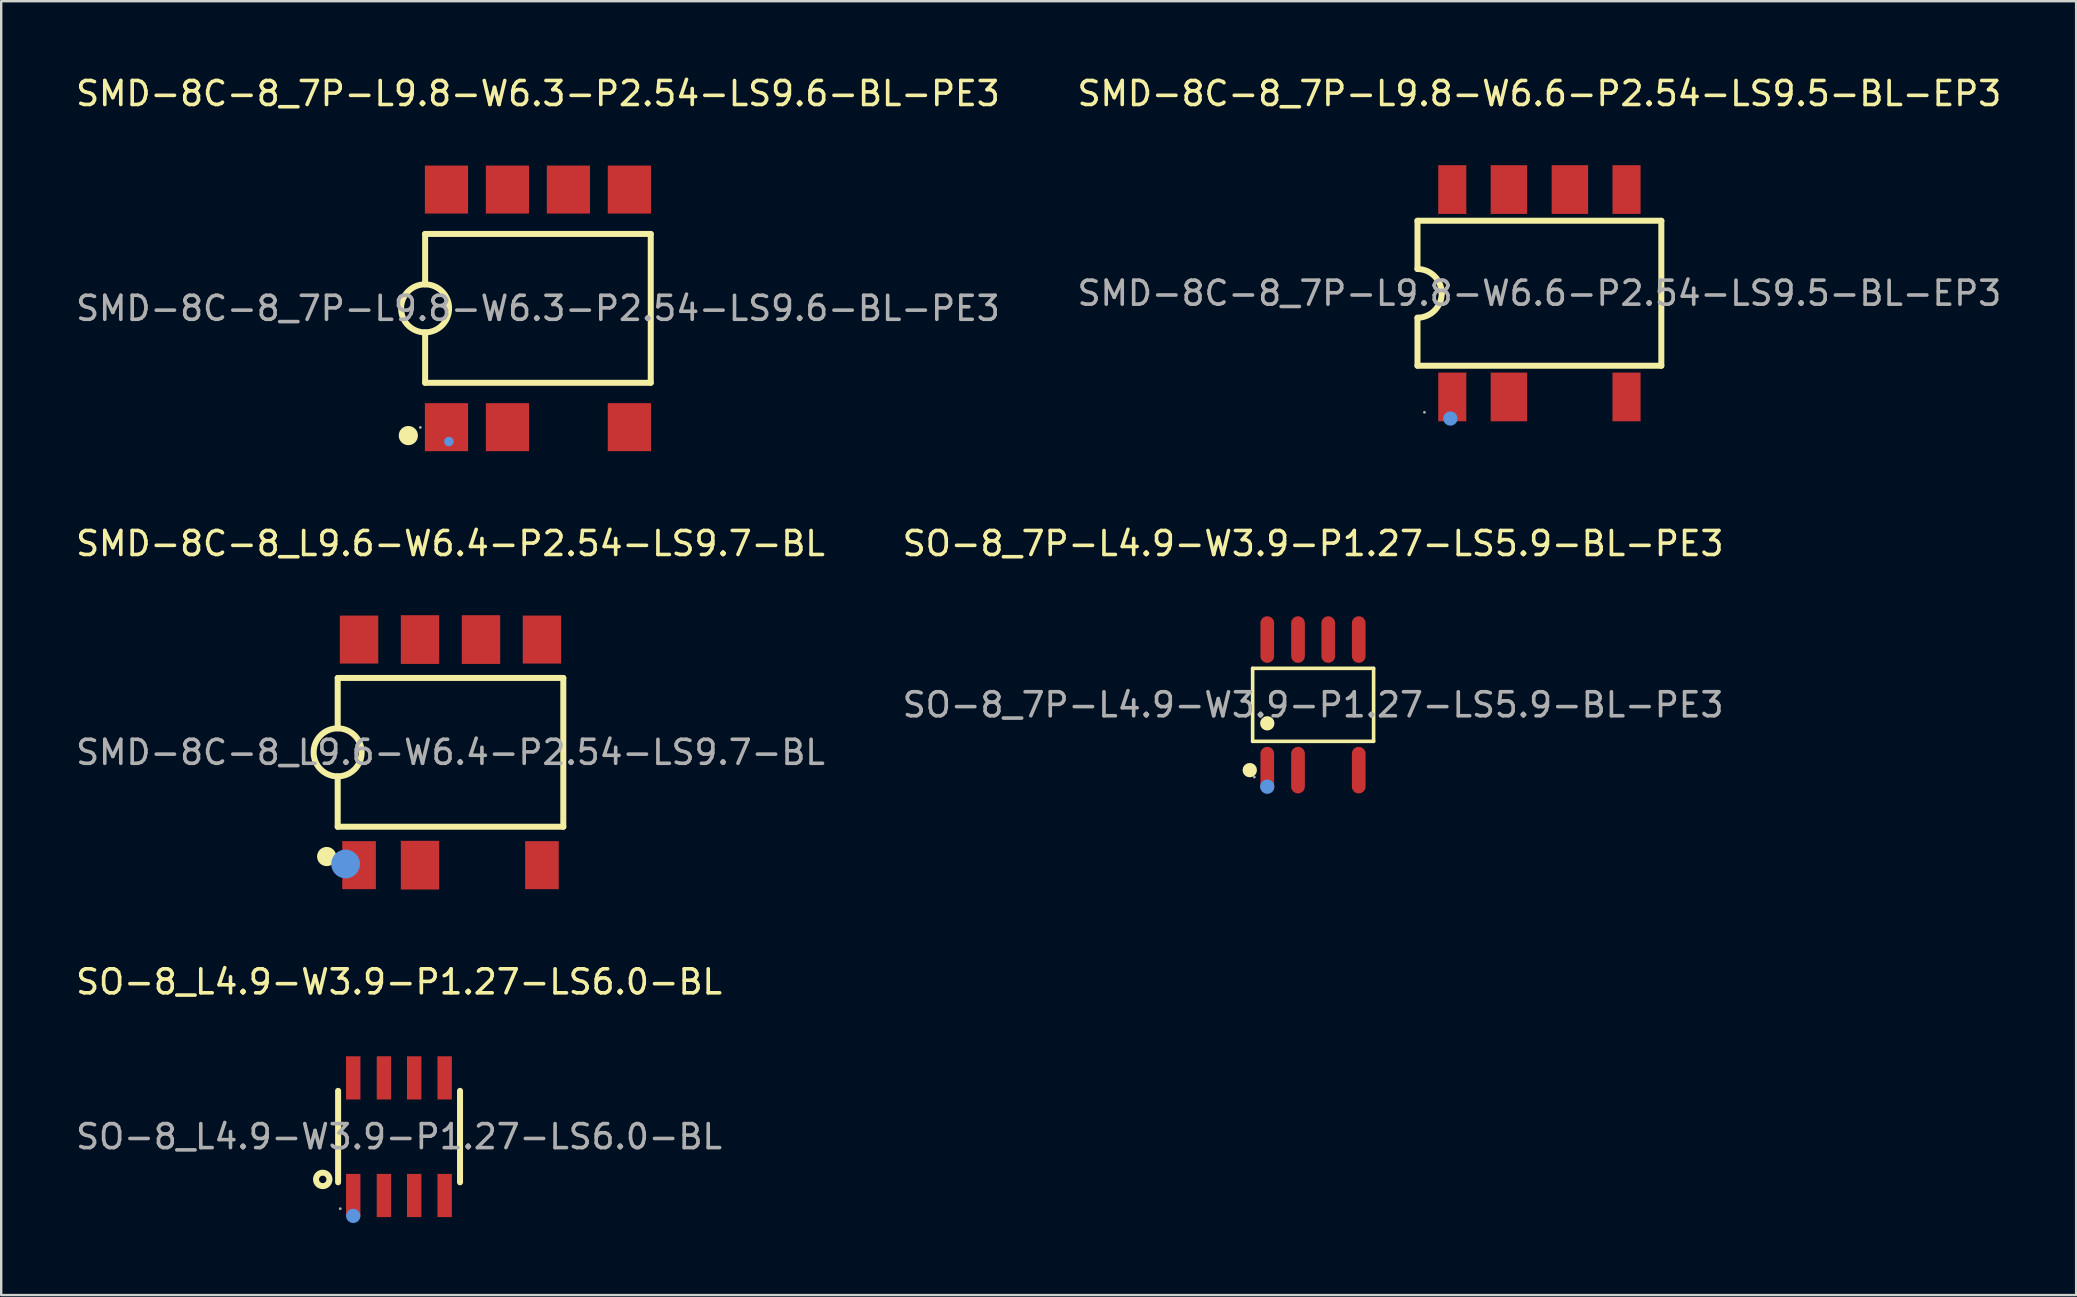
<source format=kicad_pcb>
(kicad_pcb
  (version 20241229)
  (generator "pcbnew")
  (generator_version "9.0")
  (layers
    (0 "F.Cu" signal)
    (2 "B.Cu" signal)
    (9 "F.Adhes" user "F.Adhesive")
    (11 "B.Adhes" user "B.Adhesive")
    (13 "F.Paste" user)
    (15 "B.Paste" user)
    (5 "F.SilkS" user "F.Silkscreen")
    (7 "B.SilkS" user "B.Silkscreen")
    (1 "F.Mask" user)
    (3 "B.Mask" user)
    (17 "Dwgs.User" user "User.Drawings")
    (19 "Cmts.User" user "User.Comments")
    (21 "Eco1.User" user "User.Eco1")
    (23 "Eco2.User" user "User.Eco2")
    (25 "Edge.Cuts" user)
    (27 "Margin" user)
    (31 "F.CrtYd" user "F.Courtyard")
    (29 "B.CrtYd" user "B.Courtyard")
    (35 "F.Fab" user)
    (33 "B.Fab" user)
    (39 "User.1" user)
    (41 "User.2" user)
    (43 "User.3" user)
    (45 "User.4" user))
  (footprint "SMD-8C-8_7P-L9.8-W6.3-P2.54-LS9.6-BL-PE3"
    (layer "F.Cu")
    (at 19.363 9.798)
    (property "Reference" "SMD-8C-8_7P-L9.8-W6.3-P2.54-LS9.6-BL-PE3" (at 0 -8.95 0) (layer "F.SilkS") (effects (font (size 1 1) (thickness 0.15))))
    (attr through_hole)
    (fp_line (start -4.7 -3.1) (end 4.7 -3.1) (stroke (width 0.25) (type solid)) (layer "F.SilkS"))
    (fp_line (start -4.7 -1) (end -4.7 -3.1) (stroke (width 0.25) (type solid)) (layer "F.SilkS"))
    (fp_line (start -4.7 3.1) (end -4.7 1) (stroke (width 0.25) (type solid)) (layer "F.SilkS"))
    (fp_line (start 4.7 -3.1) (end 4.7 3.1) (stroke (width 0.25) (type solid)) (layer "F.SilkS"))
    (fp_line (start 4.7 3.1) (end -4.7 3.1) (stroke (width 0.25) (type solid)) (layer "F.SilkS"))
    (fp_arc (start -5.4 5.3) (mid -5.4 5.3) (end -5.4 5.3) (stroke (width 0.4) (type solid)) (layer "F.SilkS"))
    (fp_arc (start -4.682548 -0.999848) (mid -4.708726 0.999962) (end -4.7 -1) (stroke (width 0.25) (type solid)) (layer "F.SilkS"))
    (fp_circle (center -3.71 5.55) (end -3.61 5.55) (stroke (width 0.2) (type solid)) (fill no) (layer "Cmts.User"))
    (fp_circle (center -4.9 4.96) (end -4.87 4.96) (stroke (width 0.06) (type solid)) (fill no) (layer "F.Fab"))
    (fp_text user "${REFERENCE}" (at 0 0 0) (layer "F.Fab") (effects (font (size 1 1) (thickness 0.15))))
    (pad "1" smd rect (at -3.81 4.95) (size 1.8 2) (layers "F.Cu" "F.Mask" "F.Paste"))
    (pad "2" smd rect (at -1.27 4.95) (size 1.8 2) (layers "F.Cu" "F.Mask" "F.Paste"))
    (pad "4" smd rect (at 3.81 4.95) (size 1.8 2) (layers "F.Cu" "F.Mask" "F.Paste"))
    (pad "5" smd rect (at 3.81 -4.95 180) (size 1.8 2) (layers "F.Cu" "F.Mask" "F.Paste"))
    (pad "6" smd rect (at 1.27 -4.95 180) (size 1.8 2) (layers "F.Cu" "F.Mask" "F.Paste"))
    (pad "7" smd rect (at -1.27 -4.95 180) (size 1.8 2) (layers "F.Cu" "F.Mask" "F.Paste"))
    (pad "8" smd rect (at -3.81 -4.95 180) (size 1.8 2) (layers "F.Cu" "F.Mask" "F.Paste")))
  (footprint "SMD-8C-8_L9.6-W6.4-P2.54-LS9.7-BL"
    (layer "F.Cu")
    (at 15.72 28.297)
    (property "Reference" "SMD-8C-8_L9.6-W6.4-P2.54-LS9.7-BL" (at 0 -8.7 0) (layer "F.SilkS") (effects (font (size 1 1) (thickness 0.15))))
    (attr through_hole)
    (fp_line (start -4.7 -3.1) (end 4.7 -3.1) (stroke (width 0.25) (type solid)) (layer "F.SilkS"))
    (fp_line (start -4.7 -1) (end -4.7 -3.1) (stroke (width 0.25) (type solid)) (layer "F.SilkS"))
    (fp_line (start -4.7 3.1) (end -4.7 1) (stroke (width 0.25) (type solid)) (layer "F.SilkS"))
    (fp_line (start 4.7 -3.1) (end 4.7 3.1) (stroke (width 0.25) (type solid)) (layer "F.SilkS"))
    (fp_line (start 4.7 3.1) (end -4.7 3.1) (stroke (width 0.25) (type solid)) (layer "F.SilkS"))
    (fp_arc (start -5.15 4.14) (mid -5.164988 4.540188) (end -5.160027 4.13975) (stroke (width 0.4) (type solid)) (layer "F.SilkS"))
    (fp_arc (start -4.682548 -0.999848) (mid -4.708726 0.999962) (end -4.7 -1) (stroke (width 0.25) (type solid)) (layer "F.SilkS"))
    (fp_circle (center -4.37 4.65) (end -4.07 4.65) (stroke (width 0.6) (type solid)) (fill no) (layer "Cmts.User"))
    (fp_circle (center -4.79 4.83) (end -4.76 4.83) (stroke (width 0.06) (type solid)) (fill no) (layer "F.Fab"))
    (fp_text user "${REFERENCE}" (at 0 0 0) (layer "F.Fab") (effects (font (size 1 1) (thickness 0.15))))
    (pad "1" smd rect (at -3.81 4.7) (size 1.4 2) (layers "F.Cu" "F.Mask" "F.Paste"))
    (pad "2" smd rect (at -1.27 4.7) (size 1.6 2.03) (layers "F.Cu" "F.Mask" "F.Paste"))
    (pad "4" smd rect (at 3.81 4.7) (size 1.4 2) (layers "F.Cu" "F.Mask" "F.Paste"))
    (pad "5" smd rect (at 3.81 -4.7) (size 1.6 2) (layers "F.Cu" "F.Mask" "F.Paste"))
    (pad "6" smd rect (at 1.27 -4.7) (size 1.6 2.03) (layers "F.Cu" "F.Mask" "F.Paste"))
    (pad "7" smd rect (at -1.27 -4.7) (size 1.6 2.03) (layers "F.Cu" "F.Mask" "F.Paste"))
    (pad "8" smd rect (at -3.81 -4.7) (size 1.6 2) (layers "F.Cu" "F.Mask" "F.Paste")))
  (footprint "SMD-8C-8_7P-L9.8-W6.6-P2.54-LS9.5-BL-EP3"
    (layer "F.Cu")
    (at 61.089 9.168)
    (property "Reference" "SMD-8C-8_7P-L9.8-W6.6-P2.54-LS9.5-BL-EP3" (at 0 -8.32 0) (layer "F.SilkS") (effects (font (size 1 1) (thickness 0.15))))
    (attr through_hole)
    (fp_line (start -5.08 -3.02) (end -5.08 -1.01) (stroke (width 0.25) (type solid)) (layer "F.SilkS"))
    (fp_line (start -5.08 1.02) (end -5.08 3.02) (stroke (width 0.25) (type solid)) (layer "F.SilkS"))
    (fp_line (start -5.08 3.02) (end 5.08 3.02) (stroke (width 0.25) (type solid)) (layer "F.SilkS"))
    (fp_line (start 5.08 -3.02) (end -5.08 -3.02) (stroke (width 0.25) (type solid)) (layer "F.SilkS"))
    (fp_line (start 5.08 3.02) (end 5.08 -3.02) (stroke (width 0.25) (type solid)) (layer "F.SilkS"))
    (fp_arc (start -5.080061 -1.010001) (mid -4.368738 -0.711305) (end -4.07 0) (stroke (width 0.25) (type solid)) (layer "F.SilkS"))
    (fp_arc (start -4.069951 -0.00003) (mid -4.365179 0.717729) (end -5.08 1.02) (stroke (width 0.25) (type solid)) (layer "F.SilkS"))
    (fp_circle (center -3.71 5.22) (end -3.56 5.22) (stroke (width 0.3) (type solid)) (fill no) (layer "Cmts.User"))
    (fp_circle (center -4.79 4.96) (end -4.76 4.96) (stroke (width 0.06) (type solid)) (fill no) (layer "F.Fab"))
    (fp_text user "${REFERENCE}" (at 0 0 0) (layer "F.Fab") (effects (font (size 1 1) (thickness 0.15))))
    (pad "1" smd rect (at -3.63 4.32) (size 1.17 2.03) (layers "F.Cu" "F.Mask" "F.Paste"))
    (pad "2" smd rect (at -1.27 4.32) (size 1.52 2.03) (layers "F.Cu" "F.Mask" "F.Paste"))
    (pad "4" smd rect (at 3.63 4.32) (size 1.17 2.03) (layers "F.Cu" "F.Mask" "F.Paste"))
    (pad "5" smd rect (at 3.63 -4.32) (size 1.17 2.03) (layers "F.Cu" "F.Mask" "F.Paste"))
    (pad "6" smd rect (at 1.27 -4.32) (size 1.52 2.03) (layers "F.Cu" "F.Mask" "F.Paste"))
    (pad "7" smd rect (at -1.27 -4.32) (size 1.52 2.03) (layers "F.Cu" "F.Mask" "F.Paste"))
    (pad "8" smd rect (at -3.63 -4.32) (size 1.17 2.03) (layers "F.Cu" "F.Mask" "F.Paste")))
  (footprint "SO-8_L4.9-W3.9-P1.27-LS6.0-BL"
    (layer "F.Cu")
    (at 13.577 44.31)
    (property "Reference" "SO-8_L4.9-W3.9-P1.27-LS6.0-BL" (at 0 -6.45 0) (layer "F.SilkS") (effects (font (size 1 1) (thickness 0.15))))
    (attr through_hole)
    (fp_line (start -2.54 -1.91) (end -2.54 1.9) (stroke (width 0.25) (type solid)) (layer "F.SilkS"))
    (fp_line (start 2.54 -1.91) (end 2.54 1.9) (stroke (width 0.25) (type solid)) (layer "F.SilkS"))
    (fp_circle (center -3.18 1.78) (end -2.9 1.78) (stroke (width 0.25) (type solid)) (fill no) (layer "F.SilkS"))
    (fp_circle (center -1.91 3.3) (end -1.76 3.3) (stroke (width 0.3) (type solid)) (fill no) (layer "Cmts.User"))
    (fp_circle (center -2.45 3) (end -2.42 3) (stroke (width 0.06) (type solid)) (fill no) (layer "F.Fab"))
    (fp_text user "${REFERENCE}" (at 0 0 0) (layer "F.Fab") (effects (font (size 1 1) (thickness 0.15))))
    (pad "1" smd rect (at -1.91 2.45) (size 0.6 1.8) (layers "F.Cu" "F.Mask" "F.Paste"))
    (pad "2" smd rect (at -0.63 2.45) (size 0.6 1.8) (layers "F.Cu" "F.Mask" "F.Paste"))
    (pad "3" smd rect (at 0.63 2.45) (size 0.6 1.8) (layers "F.Cu" "F.Mask" "F.Paste"))
    (pad "4" smd rect (at 1.9 2.45) (size 0.6 1.8) (layers "F.Cu" "F.Mask" "F.Paste"))
    (pad "5" smd rect (at 1.9 -2.45 180) (size 0.6 1.8) (layers "F.Cu" "F.Mask" "F.Paste"))
    (pad "6" smd rect (at 0.63 -2.45 180) (size 0.6 1.8) (layers "F.Cu" "F.Mask" "F.Paste"))
    (pad "7" smd rect (at -0.63 -2.45 180) (size 0.6 1.8) (layers "F.Cu" "F.Mask" "F.Paste"))
    (pad "8" smd rect (at -1.91 -2.45 180) (size 0.6 1.8) (layers "F.Cu" "F.Mask" "F.Paste")))
  (footprint "SO-8_7P-L4.9-W3.9-P1.27-LS5.9-BL-PE3"
    (layer "F.Cu")
    (at 51.661 26.317)
    (property "Reference" "SO-8_7P-L4.9-W3.9-P1.27-LS5.9-BL-PE3" (at 0 -6.72 0) (layer "F.SilkS") (effects (font (size 1 1) (thickness 0.15))))
    (attr through_hole)
    (fp_line (start -2.52 -1.52) (end 2.52 -1.52) (stroke (width 0.15) (type solid)) (layer "F.SilkS"))
    (fp_line (start -2.52 1.52) (end -2.52 -1.52) (stroke (width 0.15) (type solid)) (layer "F.SilkS"))
    (fp_line (start 2.52 -1.52) (end 2.52 1.52) (stroke (width 0.15) (type solid)) (layer "F.SilkS"))
    (fp_line (start 2.52 1.52) (end -2.52 1.52) (stroke (width 0.15) (type solid)) (layer "F.SilkS"))
    (fp_circle (center -2.64 2.72) (end -2.49 2.72) (stroke (width 0.3) (type solid)) (fill no) (layer "F.SilkS"))
    (fp_circle (center -1.91 0.77) (end -1.76 0.77) (stroke (width 0.3) (type solid)) (fill no) (layer "F.SilkS"))
    (fp_circle (center -1.91 3.41) (end -1.76 3.41) (stroke (width 0.3) (type solid)) (fill no) (layer "Cmts.User"))
    (fp_circle (center -2.45 3.01) (end -2.42 3.01) (stroke (width 0.06) (type solid)) (fill no) (layer "F.Fab"))
    (fp_text user "${REFERENCE}" (at 0 0 0) (layer "F.Fab") (effects (font (size 1 1) (thickness 0.15))))
    (pad "1" smd oval (at -1.91 2.72) (size 0.57 1.94) (layers "F.Cu" "F.Mask" "F.Paste"))
    (pad "2" smd oval (at -0.63 2.72) (size 0.57 1.94) (layers "F.Cu" "F.Mask" "F.Paste"))
    (pad "4" smd oval (at 1.9 2.72) (size 0.57 1.94) (layers "F.Cu" "F.Mask" "F.Paste"))
    (pad "5" smd oval (at 1.9 -2.72) (size 0.57 1.94) (layers "F.Cu" "F.Mask" "F.Paste"))
    (pad "6" smd oval (at 0.63 -2.72) (size 0.57 1.94) (layers "F.Cu" "F.Mask" "F.Paste"))
    (pad "7" smd oval (at -0.63 -2.72) (size 0.57 1.94) (layers "F.Cu" "F.Mask" "F.Paste"))
    (pad "8" smd oval (at -1.91 -2.72) (size 0.57 1.94) (layers "F.Cu" "F.Mask" "F.Paste")))
  (gr_rect
    (start -3 -3)
    (end 83.452 50.91)
    (stroke (width 0.1) (type default))
    (fill no)
    (layer "Edge.Cuts")))
</source>
